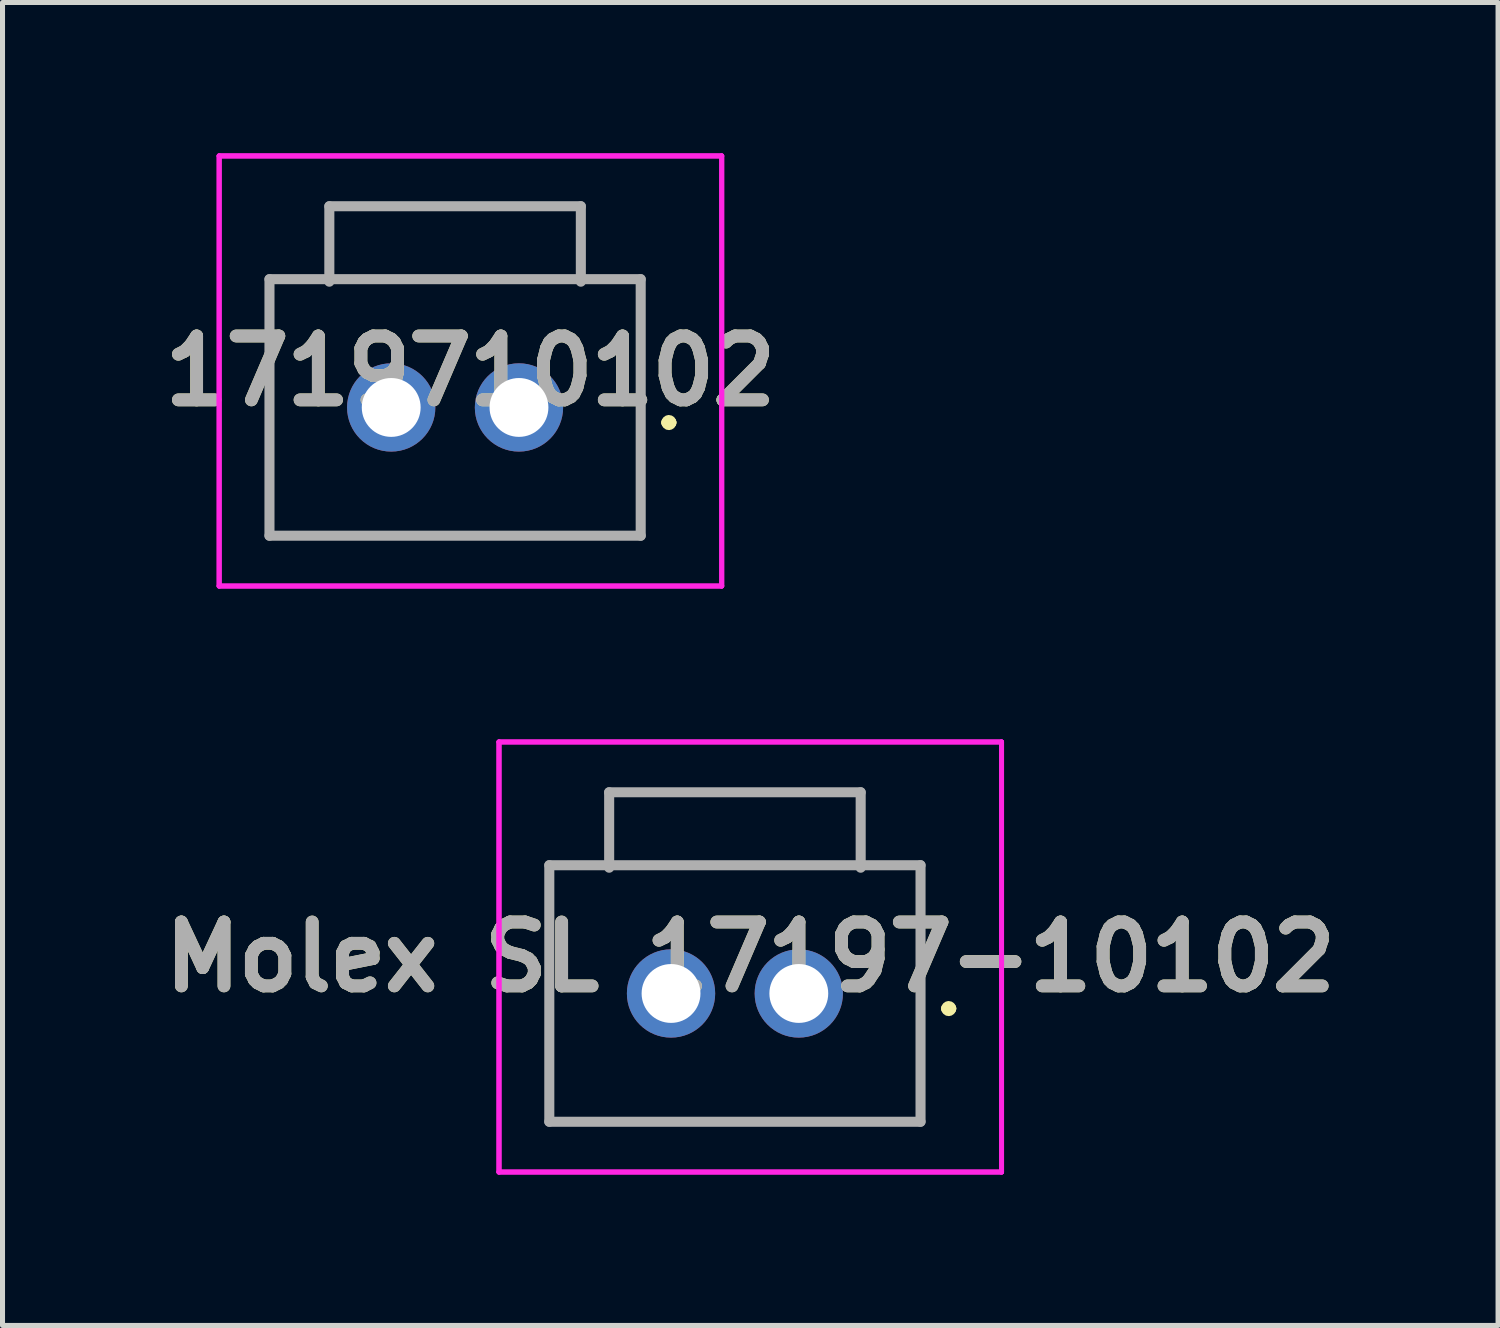
<source format=kicad_pcb>
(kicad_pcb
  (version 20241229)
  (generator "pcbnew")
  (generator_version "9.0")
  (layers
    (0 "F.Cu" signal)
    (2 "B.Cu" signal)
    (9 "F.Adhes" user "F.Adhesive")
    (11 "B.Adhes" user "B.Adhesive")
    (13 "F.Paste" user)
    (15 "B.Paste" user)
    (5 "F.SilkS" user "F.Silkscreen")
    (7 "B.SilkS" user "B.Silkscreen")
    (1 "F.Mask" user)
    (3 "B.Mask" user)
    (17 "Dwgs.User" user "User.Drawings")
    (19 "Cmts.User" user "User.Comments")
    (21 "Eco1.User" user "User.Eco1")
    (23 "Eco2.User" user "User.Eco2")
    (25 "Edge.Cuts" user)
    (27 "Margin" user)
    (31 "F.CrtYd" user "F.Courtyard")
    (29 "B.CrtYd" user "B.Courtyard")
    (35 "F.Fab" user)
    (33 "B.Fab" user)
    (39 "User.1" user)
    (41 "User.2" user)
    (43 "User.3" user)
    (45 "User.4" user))
  (footprint "Molex SL 17197-10102"
    (layer "F.Cu")
    (at 12.83 16.7)
    (property "Reference" "Molex SL 17197-10102" (at -0.965 -0.725 0) (layer "F.SilkS") (effects (font (size 1.27 1.27) (thickness 0.254))))
    (attr through_hole)
    (fp_line (start -4.96 -2.55) (end 2.42 -2.55) (stroke (width 0.1) (type solid)) (layer "F.SilkS"))
    (fp_line (start -4.96 2.55) (end -4.96 -2.55) (stroke (width 0.1) (type solid)) (layer "F.SilkS"))
    (fp_line (start -3.77 -4) (end 1.23 -4) (stroke (width 0.1) (type solid)) (layer "F.SilkS"))
    (fp_line (start -3.77 -2.55) (end -3.77 -4) (stroke (width 0.1) (type solid)) (layer "F.SilkS"))
    (fp_line (start 1.23 -4) (end 1.23 -2.55) (stroke (width 0.1) (type solid)) (layer "F.SilkS"))
    (fp_line (start 2.42 -2.55) (end 2.42 2.55) (stroke (width 0.1) (type solid)) (layer "F.SilkS"))
    (fp_line (start 2.42 2.55) (end -4.96 2.55) (stroke (width 0.1) (type solid)) (layer "F.SilkS"))
    (fp_line (start 2.93 0.3) (end 2.93 0.3) (stroke (width 0.2) (type solid)) (layer "F.SilkS"))
    (fp_line (start 3.03 0.3) (end 3.03 0.3) (stroke (width 0.2) (type solid)) (layer "F.SilkS"))
    (fp_arc (start 2.93 0.3) (mid 2.98 0.25) (end 3.03 0.3) (stroke (width 0.2) (type solid)) (layer "F.SilkS"))
    (fp_arc (start 3.03 0.3) (mid 2.98 0.35) (end 2.93 0.3) (stroke (width 0.2) (type solid)) (layer "F.SilkS"))
    (fp_line (start -5.96 -5) (end 4.03 -5) (stroke (width 0.1) (type solid)) (layer "F.CrtYd"))
    (fp_line (start -5.96 -5) (end 4.03 -5) (stroke (width 0.1) (type solid)) (layer "F.CrtYd"))
    (fp_line (start -5.96 3.55) (end -5.96 -5) (stroke (width 0.1) (type solid)) (layer "F.CrtYd"))
    (fp_line (start -5.96 3.55) (end -5.96 -5) (stroke (width 0.1) (type solid)) (layer "F.CrtYd"))
    (fp_line (start 4.03 -5) (end 4.03 3.55) (stroke (width 0.1) (type solid)) (layer "F.CrtYd"))
    (fp_line (start 4.03 -5) (end 4.03 3.55) (stroke (width 0.1) (type solid)) (layer "F.CrtYd"))
    (fp_line (start 4.03 3.55) (end -5.96 3.55) (stroke (width 0.1) (type solid)) (layer "F.CrtYd"))
    (fp_line (start 4.03 3.55) (end -5.96 3.55) (stroke (width 0.1) (type solid)) (layer "F.CrtYd"))
    (fp_line (start -4.96 -2.55) (end 2.42 -2.55) (stroke (width 0.2) (type solid)) (layer "F.Fab"))
    (fp_line (start -4.96 2.55) (end -4.96 -2.55) (stroke (width 0.2) (type solid)) (layer "F.Fab"))
    (fp_line (start -3.77 -4) (end 1.23 -4) (stroke (width 0.2) (type solid)) (layer "F.Fab"))
    (fp_line (start -3.77 -2.5) (end -3.77 -4) (stroke (width 0.2) (type solid)) (layer "F.Fab"))
    (fp_line (start 1.23 -4) (end 1.23 -2.5) (stroke (width 0.2) (type solid)) (layer "F.Fab"))
    (fp_line (start 2.42 -2.55) (end 2.42 2.55) (stroke (width 0.2) (type solid)) (layer "F.Fab"))
    (fp_line (start 2.42 2.55) (end -4.96 2.55) (stroke (width 0.2) (type solid)) (layer "F.Fab"))
    (fp_text user "${REFERENCE}" (at -0.965 -0.725 0) (layer "F.Fab") (effects (font (size 1.27 1.27) (thickness 0.254))))
    (pad "1" thru_hole circle (at 0 0) (size 1.755 1.755) (drill 1.17) (layers "*.Cu" "*.Mask"))
    (pad "2" thru_hole circle (at -2.54 0) (size 1.755 1.755) (drill 1.17) (layers "*.Cu" "*.Mask")))
  (footprint "1719710102"
    (layer "F.Cu")
    (at 7.267 5.05)
    (property "Reference" "1719710102" (at -0.965 -0.725 0) (layer "F.SilkS") (effects (font (size 1.27 1.27) (thickness 0.254))))
    (attr through_hole)
    (fp_line (start -4.96 -2.55) (end 2.42 -2.55) (stroke (width 0.1) (type solid)) (layer "F.SilkS"))
    (fp_line (start -4.96 2.55) (end -4.96 -2.55) (stroke (width 0.1) (type solid)) (layer "F.SilkS"))
    (fp_line (start -3.77 -4) (end 1.23 -4) (stroke (width 0.1) (type solid)) (layer "F.SilkS"))
    (fp_line (start -3.77 -2.55) (end -3.77 -4) (stroke (width 0.1) (type solid)) (layer "F.SilkS"))
    (fp_line (start 1.23 -4) (end 1.23 -2.55) (stroke (width 0.1) (type solid)) (layer "F.SilkS"))
    (fp_line (start 2.42 -2.55) (end 2.42 2.55) (stroke (width 0.1) (type solid)) (layer "F.SilkS"))
    (fp_line (start 2.42 2.55) (end -4.96 2.55) (stroke (width 0.1) (type solid)) (layer "F.SilkS"))
    (fp_line (start 2.93 0.3) (end 2.93 0.3) (stroke (width 0.2) (type solid)) (layer "F.SilkS"))
    (fp_line (start 3.03 0.3) (end 3.03 0.3) (stroke (width 0.2) (type solid)) (layer "F.SilkS"))
    (fp_arc (start 2.93 0.3) (mid 2.98 0.25) (end 3.03 0.3) (stroke (width 0.2) (type solid)) (layer "F.SilkS"))
    (fp_arc (start 3.03 0.3) (mid 2.98 0.35) (end 2.93 0.3) (stroke (width 0.2) (type solid)) (layer "F.SilkS"))
    (fp_line (start -5.96 -5) (end 4.03 -5) (stroke (width 0.1) (type solid)) (layer "F.CrtYd"))
    (fp_line (start -5.96 -5) (end 4.03 -5) (stroke (width 0.1) (type solid)) (layer "F.CrtYd"))
    (fp_line (start -5.96 3.55) (end -5.96 -5) (stroke (width 0.1) (type solid)) (layer "F.CrtYd"))
    (fp_line (start -5.96 3.55) (end -5.96 -5) (stroke (width 0.1) (type solid)) (layer "F.CrtYd"))
    (fp_line (start 4.03 -5) (end 4.03 3.55) (stroke (width 0.1) (type solid)) (layer "F.CrtYd"))
    (fp_line (start 4.03 -5) (end 4.03 3.55) (stroke (width 0.1) (type solid)) (layer "F.CrtYd"))
    (fp_line (start 4.03 3.55) (end -5.96 3.55) (stroke (width 0.1) (type solid)) (layer "F.CrtYd"))
    (fp_line (start 4.03 3.55) (end -5.96 3.55) (stroke (width 0.1) (type solid)) (layer "F.CrtYd"))
    (fp_line (start -4.96 -2.55) (end 2.42 -2.55) (stroke (width 0.2) (type solid)) (layer "F.Fab"))
    (fp_line (start -4.96 2.55) (end -4.96 -2.55) (stroke (width 0.2) (type solid)) (layer "F.Fab"))
    (fp_line (start -3.77 -4) (end 1.23 -4) (stroke (width 0.2) (type solid)) (layer "F.Fab"))
    (fp_line (start -3.77 -2.5) (end -3.77 -4) (stroke (width 0.2) (type solid)) (layer "F.Fab"))
    (fp_line (start 1.23 -4) (end 1.23 -2.5) (stroke (width 0.2) (type solid)) (layer "F.Fab"))
    (fp_line (start 2.42 -2.55) (end 2.42 2.55) (stroke (width 0.2) (type solid)) (layer "F.Fab"))
    (fp_line (start 2.42 2.55) (end -4.96 2.55) (stroke (width 0.2) (type solid)) (layer "F.Fab"))
    (fp_text user "${REFERENCE}" (at -0.965 -0.725 0) (layer "F.Fab") (effects (font (size 1.27 1.27) (thickness 0.254))))
    (pad "1" thru_hole circle (at 0 0) (size 1.755 1.755) (drill 1.17) (layers "*.Cu" "*.Mask"))
    (pad "2" thru_hole circle (at -2.54 0) (size 1.755 1.755) (drill 1.17) (layers "*.Cu" "*.Mask")))
  (gr_rect
    (start -3 -3)
    (end 26.731 23.3)
    (stroke (width 0.1) (type default))
    (fill no)
    (layer "Edge.Cuts")))
</source>
